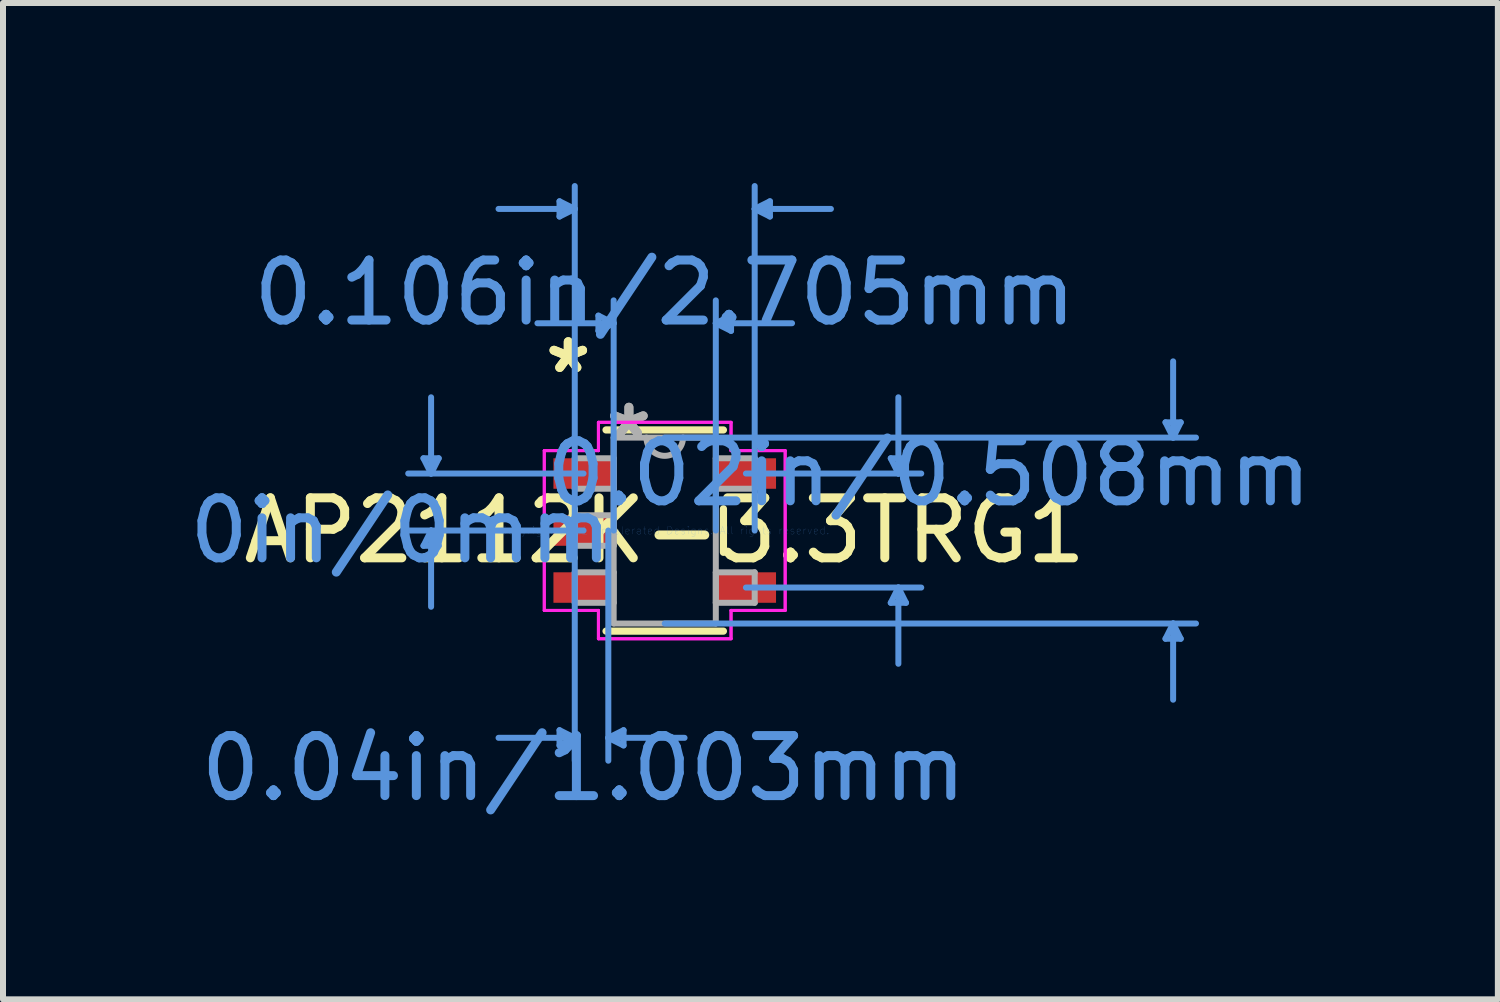
<source format=kicad_pcb>
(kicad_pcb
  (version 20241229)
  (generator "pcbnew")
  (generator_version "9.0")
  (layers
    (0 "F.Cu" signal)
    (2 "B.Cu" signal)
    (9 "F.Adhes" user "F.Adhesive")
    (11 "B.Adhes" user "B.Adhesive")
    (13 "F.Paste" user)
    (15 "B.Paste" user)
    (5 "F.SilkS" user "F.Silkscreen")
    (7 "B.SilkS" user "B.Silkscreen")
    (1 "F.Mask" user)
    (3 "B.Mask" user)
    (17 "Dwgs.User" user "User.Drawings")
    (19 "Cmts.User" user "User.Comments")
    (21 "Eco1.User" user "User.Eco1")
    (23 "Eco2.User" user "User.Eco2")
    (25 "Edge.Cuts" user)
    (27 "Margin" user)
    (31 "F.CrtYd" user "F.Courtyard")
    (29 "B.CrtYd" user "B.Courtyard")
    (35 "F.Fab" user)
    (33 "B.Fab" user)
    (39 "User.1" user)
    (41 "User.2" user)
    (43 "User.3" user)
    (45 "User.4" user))
  (footprint "AP2112K-3.3TRG1"
    (layer "F.Cu")
    (at 8.026 5.79)
    (property "Reference" "AP2112K-3.3TRG1" (at 0 0 0) (layer "F.SilkS") (effects (font (size 1 1) (thickness 0.15))))
    (attr through_hole)
    (fp_line (start -0.978 1.676) (end 0.978 1.676) (stroke (width 0.12) (type solid)) (layer "F.SilkS"))
    (fp_line (start 0.978 -1.676) (end -0.978 -1.676) (stroke (width 0.12) (type solid)) (layer "F.SilkS"))
    (fp_line (start 0.978 0.363) (end 0.978 -0.363) (stroke (width 0.12) (type solid)) (layer "F.SilkS"))
    (fp_line (start -4.02 -1.204) (end -3.766 -1.204) (stroke (width 0.1) (type solid)) (layer "Cmts.User"))
    (fp_line (start -4.02 0.254) (end -3.766 0.254) (stroke (width 0.1) (type solid)) (layer "Cmts.User"))
    (fp_line (start -3.893 -0.95) (end -4.02 -1.204) (stroke (width 0.1) (type solid)) (layer "Cmts.User"))
    (fp_line (start -3.893 -0.95) (end -3.893 -2.22) (stroke (width 0.1) (type solid)) (layer "Cmts.User"))
    (fp_line (start -3.893 -0.95) (end -3.766 -1.204) (stroke (width 0.1) (type solid)) (layer "Cmts.User"))
    (fp_line (start -3.893 0) (end -4.02 0.254) (stroke (width 0.1) (type solid)) (layer "Cmts.User"))
    (fp_line (start -3.893 0) (end -3.893 1.27) (stroke (width 0.1) (type solid)) (layer "Cmts.User"))
    (fp_line (start -3.893 0) (end -3.766 0.254) (stroke (width 0.1) (type solid)) (layer "Cmts.User"))
    (fp_line (start -1.753 -5.486) (end -1.753 -5.232) (stroke (width 0.1) (type solid)) (layer "Cmts.User"))
    (fp_line (start -1.753 3.327) (end -1.753 3.581) (stroke (width 0.1) (type solid)) (layer "Cmts.User"))
    (fp_line (start -1.499 -5.359) (end -2.769 -5.359) (stroke (width 0.1) (type solid)) (layer "Cmts.User"))
    (fp_line (start -1.499 -5.359) (end -1.753 -5.486) (stroke (width 0.1) (type solid)) (layer "Cmts.User"))
    (fp_line (start -1.499 -5.359) (end -1.753 -5.232) (stroke (width 0.1) (type solid)) (layer "Cmts.User"))
    (fp_line (start -1.499 0) (end -1.499 -5.74) (stroke (width 0.1) (type solid)) (layer "Cmts.User"))
    (fp_line (start -1.499 0) (end -1.499 3.835) (stroke (width 0.1) (type solid)) (layer "Cmts.User"))
    (fp_line (start -1.499 3.454) (end -2.769 3.454) (stroke (width 0.1) (type solid)) (layer "Cmts.User"))
    (fp_line (start -1.499 3.454) (end -1.753 3.327) (stroke (width 0.1) (type solid)) (layer "Cmts.User"))
    (fp_line (start -1.499 3.454) (end -1.753 3.581) (stroke (width 0.1) (type solid)) (layer "Cmts.User"))
    (fp_line (start -1.353 -0.95) (end -4.274 -0.95) (stroke (width 0.1) (type solid)) (layer "Cmts.User"))
    (fp_line (start -1.353 0) (end -4.274 0) (stroke (width 0.1) (type solid)) (layer "Cmts.User"))
    (fp_line (start -1.105 -3.581) (end -1.105 -3.327) (stroke (width 0.1) (type solid)) (layer "Cmts.User"))
    (fp_line (start -0.94 0) (end -0.94 3.835) (stroke (width 0.1) (type solid)) (layer "Cmts.User"))
    (fp_line (start -0.94 3.454) (end -0.686 3.327) (stroke (width 0.1) (type solid)) (layer "Cmts.User"))
    (fp_line (start -0.94 3.454) (end -0.686 3.581) (stroke (width 0.1) (type solid)) (layer "Cmts.User"))
    (fp_line (start -0.94 3.454) (end 0.33 3.454) (stroke (width 0.1) (type solid)) (layer "Cmts.User"))
    (fp_line (start -0.851 -3.454) (end -2.121 -3.454) (stroke (width 0.1) (type solid)) (layer "Cmts.User"))
    (fp_line (start -0.851 -3.454) (end -1.105 -3.581) (stroke (width 0.1) (type solid)) (layer "Cmts.User"))
    (fp_line (start -0.851 -3.454) (end -1.105 -3.327) (stroke (width 0.1) (type solid)) (layer "Cmts.User"))
    (fp_line (start -0.851 0) (end -0.851 -3.835) (stroke (width 0.1) (type solid)) (layer "Cmts.User"))
    (fp_line (start -0.686 3.327) (end -0.686 3.581) (stroke (width 0.1) (type solid)) (layer "Cmts.User"))
    (fp_line (start 0 -1.549) (end 8.852 -1.549) (stroke (width 0.1) (type solid)) (layer "Cmts.User"))
    (fp_line (start 0 1.549) (end 8.852 1.549) (stroke (width 0.1) (type solid)) (layer "Cmts.User"))
    (fp_line (start 0.851 -3.454) (end 1.105 -3.581) (stroke (width 0.1) (type solid)) (layer "Cmts.User"))
    (fp_line (start 0.851 -3.454) (end 1.105 -3.327) (stroke (width 0.1) (type solid)) (layer "Cmts.User"))
    (fp_line (start 0.851 -3.454) (end 2.121 -3.454) (stroke (width 0.1) (type solid)) (layer "Cmts.User"))
    (fp_line (start 0.851 0) (end 0.851 -3.835) (stroke (width 0.1) (type solid)) (layer "Cmts.User"))
    (fp_line (start 1.105 -3.581) (end 1.105 -3.327) (stroke (width 0.1) (type solid)) (layer "Cmts.User"))
    (fp_line (start 1.353 -0.95) (end 4.274 -0.95) (stroke (width 0.1) (type solid)) (layer "Cmts.User"))
    (fp_line (start 1.353 0.95) (end 4.274 0.95) (stroke (width 0.1) (type solid)) (layer "Cmts.User"))
    (fp_line (start 1.499 -5.359) (end 1.753 -5.486) (stroke (width 0.1) (type solid)) (layer "Cmts.User"))
    (fp_line (start 1.499 -5.359) (end 1.753 -5.232) (stroke (width 0.1) (type solid)) (layer "Cmts.User"))
    (fp_line (start 1.499 -5.359) (end 2.769 -5.359) (stroke (width 0.1) (type solid)) (layer "Cmts.User"))
    (fp_line (start 1.499 0) (end 1.499 -5.74) (stroke (width 0.1) (type solid)) (layer "Cmts.User"))
    (fp_line (start 1.753 -5.486) (end 1.753 -5.232) (stroke (width 0.1) (type solid)) (layer "Cmts.User"))
    (fp_line (start 3.766 -1.204) (end 4.02 -1.204) (stroke (width 0.1) (type solid)) (layer "Cmts.User"))
    (fp_line (start 3.766 1.204) (end 4.02 1.204) (stroke (width 0.1) (type solid)) (layer "Cmts.User"))
    (fp_line (start 3.893 -0.95) (end 3.766 -1.204) (stroke (width 0.1) (type solid)) (layer "Cmts.User"))
    (fp_line (start 3.893 -0.95) (end 3.893 -2.22) (stroke (width 0.1) (type solid)) (layer "Cmts.User"))
    (fp_line (start 3.893 -0.95) (end 4.02 -1.204) (stroke (width 0.1) (type solid)) (layer "Cmts.User"))
    (fp_line (start 3.893 0.95) (end 3.766 1.204) (stroke (width 0.1) (type solid)) (layer "Cmts.User"))
    (fp_line (start 3.893 0.95) (end 3.893 2.22) (stroke (width 0.1) (type solid)) (layer "Cmts.User"))
    (fp_line (start 3.893 0.95) (end 4.02 1.204) (stroke (width 0.1) (type solid)) (layer "Cmts.User"))
    (fp_line (start 8.344 -1.803) (end 8.598 -1.803) (stroke (width 0.1) (type solid)) (layer "Cmts.User"))
    (fp_line (start 8.344 1.803) (end 8.598 1.803) (stroke (width 0.1) (type solid)) (layer "Cmts.User"))
    (fp_line (start 8.471 -1.549) (end 8.344 -1.803) (stroke (width 0.1) (type solid)) (layer "Cmts.User"))
    (fp_line (start 8.471 -1.549) (end 8.471 -2.819) (stroke (width 0.1) (type solid)) (layer "Cmts.User"))
    (fp_line (start 8.471 -1.549) (end 8.598 -1.803) (stroke (width 0.1) (type solid)) (layer "Cmts.User"))
    (fp_line (start 8.471 1.549) (end 8.344 1.803) (stroke (width 0.1) (type solid)) (layer "Cmts.User"))
    (fp_line (start 8.471 1.549) (end 8.471 2.819) (stroke (width 0.1) (type solid)) (layer "Cmts.User"))
    (fp_line (start 8.471 1.549) (end 8.598 1.803) (stroke (width 0.1) (type solid)) (layer "Cmts.User"))
    (fp_line (start -2.007 -1.331) (end -1.105 -1.331) (stroke (width 0.05) (type solid)) (layer "F.CrtYd"))
    (fp_line (start -2.007 -1.331) (end -1.105 -1.331) (stroke (width 0.05) (type solid)) (layer "F.CrtYd"))
    (fp_line (start -2.007 1.331) (end -2.007 -1.331) (stroke (width 0.05) (type solid)) (layer "F.CrtYd"))
    (fp_line (start -2.007 1.331) (end -2.007 -1.331) (stroke (width 0.05) (type solid)) (layer "F.CrtYd"))
    (fp_line (start -1.105 -1.803) (end 1.105 -1.803) (stroke (width 0.05) (type solid)) (layer "F.CrtYd"))
    (fp_line (start -1.105 -1.803) (end 1.105 -1.803) (stroke (width 0.05) (type solid)) (layer "F.CrtYd"))
    (fp_line (start -1.105 -1.331) (end -1.105 -1.803) (stroke (width 0.05) (type solid)) (layer "F.CrtYd"))
    (fp_line (start -1.105 -1.331) (end -1.105 -1.803) (stroke (width 0.05) (type solid)) (layer "F.CrtYd"))
    (fp_line (start -1.105 1.331) (end -2.007 1.331) (stroke (width 0.05) (type solid)) (layer "F.CrtYd"))
    (fp_line (start -1.105 1.331) (end -2.007 1.331) (stroke (width 0.05) (type solid)) (layer "F.CrtYd"))
    (fp_line (start -1.105 1.803) (end -1.105 1.331) (stroke (width 0.05) (type solid)) (layer "F.CrtYd"))
    (fp_line (start -1.105 1.803) (end -1.105 1.331) (stroke (width 0.05) (type solid)) (layer "F.CrtYd"))
    (fp_line (start 1.105 -1.803) (end 1.105 -1.331) (stroke (width 0.05) (type solid)) (layer "F.CrtYd"))
    (fp_line (start 1.105 -1.803) (end 1.105 -1.331) (stroke (width 0.05) (type solid)) (layer "F.CrtYd"))
    (fp_line (start 1.105 -1.331) (end 2.007 -1.331) (stroke (width 0.05) (type solid)) (layer "F.CrtYd"))
    (fp_line (start 1.105 -1.331) (end 2.007 -1.331) (stroke (width 0.05) (type solid)) (layer "F.CrtYd"))
    (fp_line (start 1.105 1.331) (end 1.105 1.803) (stroke (width 0.05) (type solid)) (layer "F.CrtYd"))
    (fp_line (start 1.105 1.331) (end 1.105 1.803) (stroke (width 0.05) (type solid)) (layer "F.CrtYd"))
    (fp_line (start 1.105 1.803) (end -1.105 1.803) (stroke (width 0.05) (type solid)) (layer "F.CrtYd"))
    (fp_line (start 1.105 1.803) (end -1.105 1.803) (stroke (width 0.05) (type solid)) (layer "F.CrtYd"))
    (fp_line (start 2.007 -1.331) (end 2.007 1.331) (stroke (width 0.05) (type solid)) (layer "F.CrtYd"))
    (fp_line (start 2.007 -1.331) (end 2.007 1.331) (stroke (width 0.05) (type solid)) (layer "F.CrtYd"))
    (fp_line (start 2.007 1.331) (end 1.105 1.331) (stroke (width 0.05) (type solid)) (layer "F.CrtYd"))
    (fp_line (start 2.007 1.331) (end 1.105 1.331) (stroke (width 0.05) (type solid)) (layer "F.CrtYd"))
    (fp_line (start -1.499 -1.204) (end -1.499 -0.696) (stroke (width 0.1) (type solid)) (layer "F.Fab"))
    (fp_line (start -1.499 -0.696) (end -0.851 -0.696) (stroke (width 0.1) (type solid)) (layer "F.Fab"))
    (fp_line (start -1.499 -0.254) (end -1.499 0.254) (stroke (width 0.1) (type solid)) (layer "F.Fab"))
    (fp_line (start -1.499 0.254) (end -0.851 0.254) (stroke (width 0.1) (type solid)) (layer "F.Fab"))
    (fp_line (start -1.499 0.696) (end -1.499 1.204) (stroke (width 0.1) (type solid)) (layer "F.Fab"))
    (fp_line (start -1.499 1.204) (end -0.851 1.204) (stroke (width 0.1) (type solid)) (layer "F.Fab"))
    (fp_line (start -0.851 -1.549) (end -0.851 1.549) (stroke (width 0.1) (type solid)) (layer "F.Fab"))
    (fp_line (start -0.851 -1.204) (end -1.499 -1.204) (stroke (width 0.1) (type solid)) (layer "F.Fab"))
    (fp_line (start -0.851 -0.696) (end -0.851 -1.204) (stroke (width 0.1) (type solid)) (layer "F.Fab"))
    (fp_line (start -0.851 -0.254) (end -1.499 -0.254) (stroke (width 0.1) (type solid)) (layer "F.Fab"))
    (fp_line (start -0.851 0.254) (end -0.851 -0.254) (stroke (width 0.1) (type solid)) (layer "F.Fab"))
    (fp_line (start -0.851 0.696) (end -1.499 0.696) (stroke (width 0.1) (type solid)) (layer "F.Fab"))
    (fp_line (start -0.851 1.204) (end -0.851 0.696) (stroke (width 0.1) (type solid)) (layer "F.Fab"))
    (fp_line (start -0.851 1.549) (end 0.851 1.549) (stroke (width 0.1) (type solid)) (layer "F.Fab"))
    (fp_line (start 0.851 -1.549) (end -0.851 -1.549) (stroke (width 0.1) (type solid)) (layer "F.Fab"))
    (fp_line (start 0.851 -1.204) (end 0.851 -0.696) (stroke (width 0.1) (type solid)) (layer "F.Fab"))
    (fp_line (start 0.851 -0.696) (end 1.499 -0.696) (stroke (width 0.1) (type solid)) (layer "F.Fab"))
    (fp_line (start 0.851 0.696) (end 0.851 1.204) (stroke (width 0.1) (type solid)) (layer "F.Fab"))
    (fp_line (start 0.851 1.204) (end 1.499 1.204) (stroke (width 0.1) (type solid)) (layer "F.Fab"))
    (fp_line (start 0.851 1.549) (end 0.851 -1.549) (stroke (width 0.1) (type solid)) (layer "F.Fab"))
    (fp_line (start 1.499 -1.204) (end 0.851 -1.204) (stroke (width 0.1) (type solid)) (layer "F.Fab"))
    (fp_line (start 1.499 -0.696) (end 1.499 -1.204) (stroke (width 0.1) (type solid)) (layer "F.Fab"))
    (fp_line (start 1.499 0.696) (end 0.851 0.696) (stroke (width 0.1) (type solid)) (layer "F.Fab"))
    (fp_line (start 1.499 1.204) (end 1.499 0.696) (stroke (width 0.1) (type solid)) (layer "F.Fab"))
    (fp_arc (start 0.3048 -1.5494) (mid 0 -1.2446) (end -0.3048 -1.5494) (stroke (width 0.1) (type solid)) (layer "F.Fab"))
    (fp_text user "*" (at -1.607 -2.601 0) (layer "F.SilkS") (effects (font (size 1 1) (thickness 0.15))))
    (fp_text user "*" (at -1.607 -2.601 0) (layer "F.SilkS") (effects (font (size 1 1) (thickness 0.15))))
    (fp_text user "Copyright 2021 Accelerated Designs. All rights reserved." (at 0 0 0) (layer "Cmts.User") (effects (font (size 0.127 0.127) (thickness 0.002))))
    (fp_text user "0in/0mm" (at -4.401 0 0) (layer "Cmts.User") (effects (font (size 1 1) (thickness 0.15))))
    (fp_text user "0.106in/2.705mm" (at 0 -3.962 0) (layer "Cmts.User") (effects (font (size 1 1) (thickness 0.15))))
    (fp_text user "0.02in/0.508mm" (at 4.401 -0.95 0) (layer "Cmts.User") (effects (font (size 1 1) (thickness 0.15))))
    (fp_text user "0.04in/1.003mm" (at -1.353 3.962 0) (layer "Cmts.User") (effects (font (size 1 1) (thickness 0.15))))
    (fp_text user "*" (at -0.597 -1.509 0) (layer "F.Fab") (effects (font (size 1 1) (thickness 0.15))))
    (fp_text user "*" (at -0.597 -1.509 0) (layer "F.Fab") (effects (font (size 1 1) (thickness 0.15))))
    (pad "1" smd rect (at -1.353 -0.95) (size 1.003 0.508) (layers "F.Cu" "F.Mask" "F.Paste"))
    (pad "2" smd rect (at -1.353 0) (size 1.003 0.508) (layers "F.Cu" "F.Mask" "F.Paste"))
    (pad "3" smd rect (at -1.353 0.95) (size 1.003 0.508) (layers "F.Cu" "F.Mask" "F.Paste"))
    (pad "4" smd rect (at 1.353 0.95) (size 1.003 0.508) (layers "F.Cu" "F.Mask" "F.Paste"))
    (pad "5" smd rect (at 1.353 -0.95) (size 1.003 0.508) (layers "F.Cu" "F.Mask" "F.Paste")))
  (gr_rect
    (start -3 -3)
    (end 21.908 13.601)
    (stroke (width 0.1) (type default))
    (fill no)
    (layer "Edge.Cuts")))
</source>
